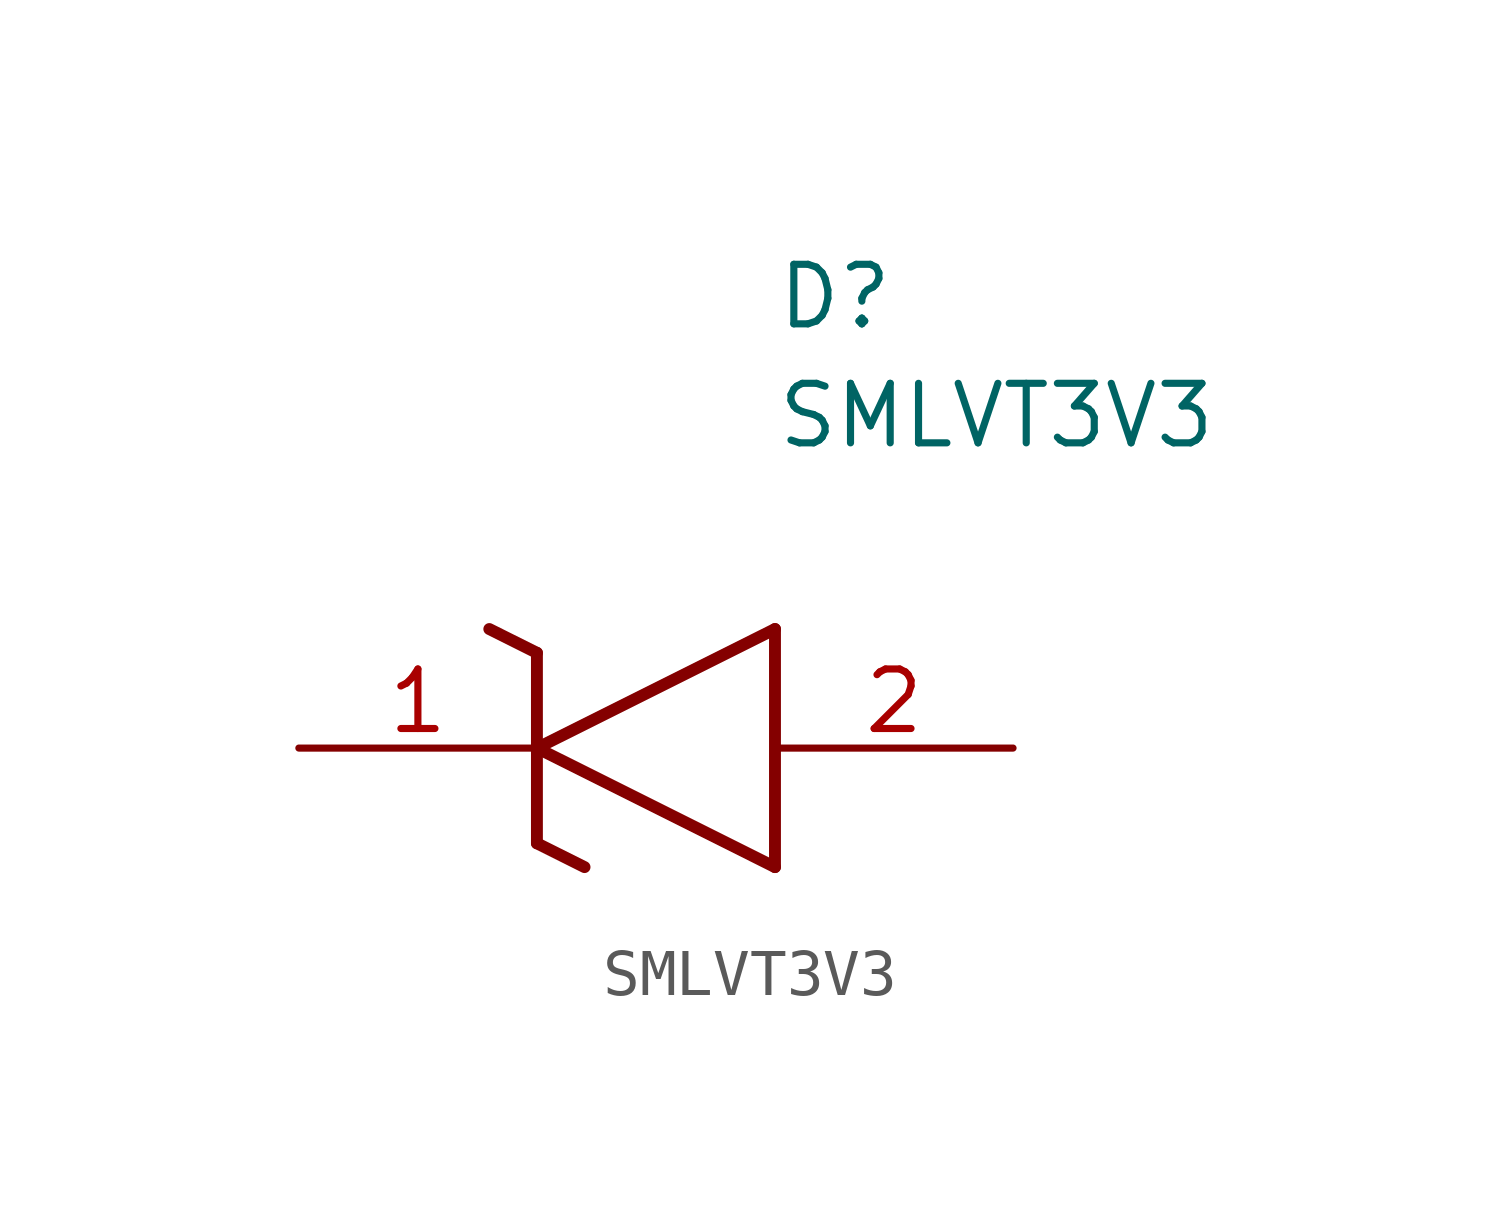
<source format=kicad_sym>
(kicad_symbol_lib
  (version 20211014)
  (generator SamacSys_ECAD_Model)
  (symbol "SMLVT3V3"
    (pin_names hide)
    (property "Reference" "D"
      (at 10.16 8.89 0)
      (effects (font (size 1.27 1.27)) (justify left bottom)))
    (property "Value" "SMLVT3V3"
      (at 10.16 6.35 0)
      (effects (font (size 1.27 1.27)) (justify left bottom)))
    (polyline
      (pts (xy 5.08 0) (xy 10.16 2.54))
      (stroke (width 0.254) (type default))
      (fill (type none)))
    (polyline
      (pts (xy 10.16 -2.54) (xy 10.16 2.54))
      (stroke (width 0.254) (type default))
      (fill (type none)))
    (polyline
      (pts (xy 10.16 -2.54) (xy 5.08 0))
      (stroke (width 0.254) (type default))
      (fill (type none)))
    (polyline
      (pts (xy 5.08 -2.032) (xy 6.096 -2.54))
      (stroke (width 0.254) (type default))
      (fill (type none)))
    (polyline
      (pts (xy 5.08 -2.032) (xy 5.08 2.032))
      (stroke (width 0.254) (type default))
      (fill (type none)))
    (polyline
      (pts (xy 4.064 2.54) (xy 5.08 2.032))
      (stroke (width 0.254) (type default))
      (fill (type none)))
    (pin passive line
      (at 0 0 0)
      (length 5.08)
      (name "K" (effects (font (size 1.27 1.27))))
      (number "1" (effects (font (size 1.27 1.27)))))
    (pin passive line
      (at 15.24 0 180)
      (length 5.08)
      (name "A" (effects (font (size 1.27 1.27))))
      (number "2" (effects (font (size 1.27 1.27)))))))
</source>
